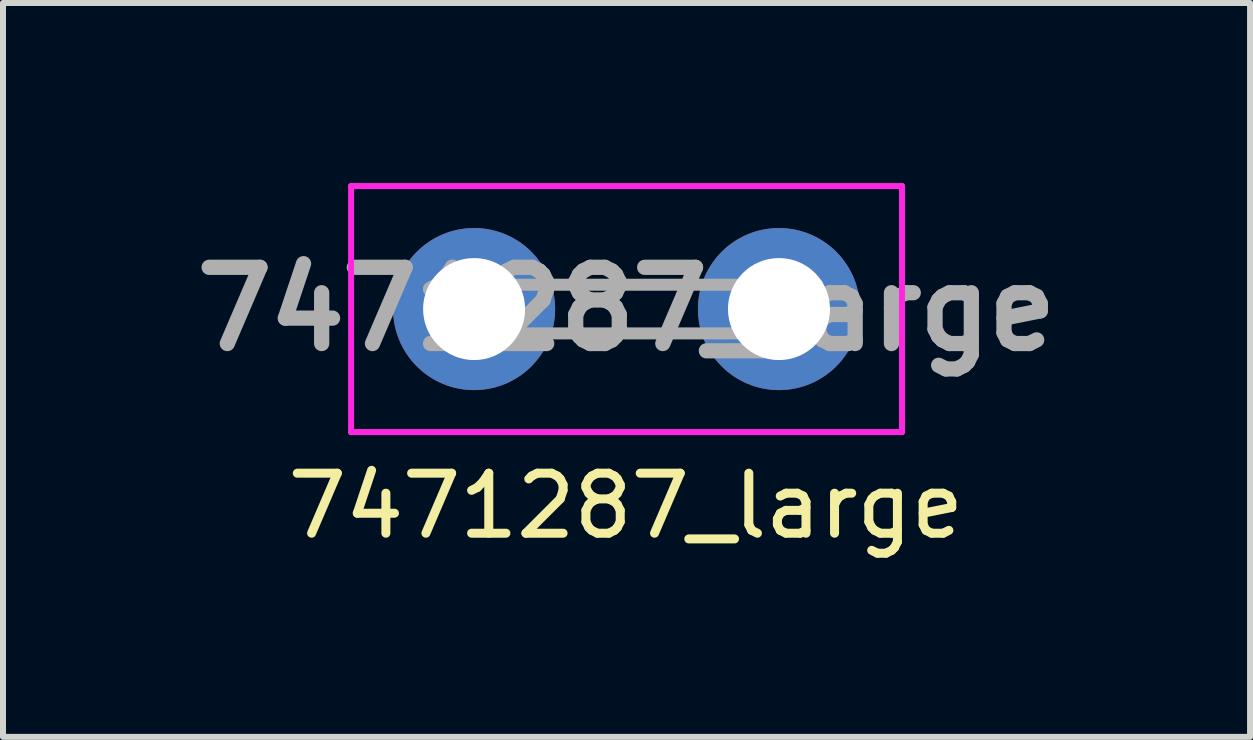
<source format=kicad_pcb>
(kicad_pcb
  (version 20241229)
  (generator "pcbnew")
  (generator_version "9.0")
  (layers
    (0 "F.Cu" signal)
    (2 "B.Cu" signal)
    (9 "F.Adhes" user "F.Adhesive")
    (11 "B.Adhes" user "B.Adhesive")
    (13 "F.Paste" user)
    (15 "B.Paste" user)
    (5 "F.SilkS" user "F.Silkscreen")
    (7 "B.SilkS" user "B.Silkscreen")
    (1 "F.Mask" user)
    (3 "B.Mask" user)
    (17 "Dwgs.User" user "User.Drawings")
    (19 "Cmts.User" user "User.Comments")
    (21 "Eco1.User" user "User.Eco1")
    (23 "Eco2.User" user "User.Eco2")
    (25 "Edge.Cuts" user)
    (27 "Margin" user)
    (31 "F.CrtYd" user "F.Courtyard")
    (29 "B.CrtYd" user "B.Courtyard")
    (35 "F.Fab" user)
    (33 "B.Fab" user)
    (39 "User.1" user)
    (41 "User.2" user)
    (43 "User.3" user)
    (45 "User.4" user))
  (footprint "7471287_large"
    (layer "F.Cu")
    (at 4.85 2.1)
    (property "Reference" "7471287_large" (at 2.53 3.28 0) (layer "F.SilkS") (effects (font (size 1 1) (thickness 0.15))))
    (attr through_hole)
    (fp_line (start 1.5 -0.405) (end 3.5 -0.405) (stroke (width 0.1) (type solid)) (layer "F.SilkS"))
    (fp_line (start 1.5 0.405) (end 3.5 0.405) (stroke (width 0.1) (type solid)) (layer "F.SilkS"))
    (fp_line (start -2.05 -2.05) (end 7.13 -2.05) (stroke (width 0.1) (type solid)) (layer "F.CrtYd"))
    (fp_line (start -2.05 2.05) (end -2.05 -2.05) (stroke (width 0.1) (type solid)) (layer "F.CrtYd"))
    (fp_line (start 7.13 -2.05) (end 7.13 2.05) (stroke (width 0.1) (type solid)) (layer "F.CrtYd"))
    (fp_line (start 7.13 2.05) (end -2.05 2.05) (stroke (width 0.1) (type solid)) (layer "F.CrtYd"))
    (fp_line (start -0.635 -0.405) (end 5.715 -0.405) (stroke (width 0.2) (type solid)) (layer "F.Fab"))
    (fp_line (start -0.635 0.405) (end -0.635 -0.405) (stroke (width 0.2) (type solid)) (layer "F.Fab"))
    (fp_line (start 5.715 -0.405) (end 5.715 0.405) (stroke (width 0.2) (type solid)) (layer "F.Fab"))
    (fp_line (start 5.715 0.405) (end -0.635 0.405) (stroke (width 0.2) (type solid)) (layer "F.Fab"))
    (fp_text user "${REFERENCE}" (at 2.54 0 0) (layer "F.Fab") (effects (font (size 1.27 1.27) (thickness 0.254))))
    (pad "1" thru_hole circle (at 0 0) (size 2.7 2.7) (drill 1.7) (layers "*.Cu" "*.Mask"))
    (pad "2" thru_hole circle (at 5.08 0) (size 2.7 2.7) (drill 1.7) (layers "*.Cu" "*.Mask")))
  (gr_rect
    (start -3 -3)
    (end 17.78 9.228)
    (stroke (width 0.1) (type default))
    (fill no)
    (layer "Edge.Cuts")))
</source>
